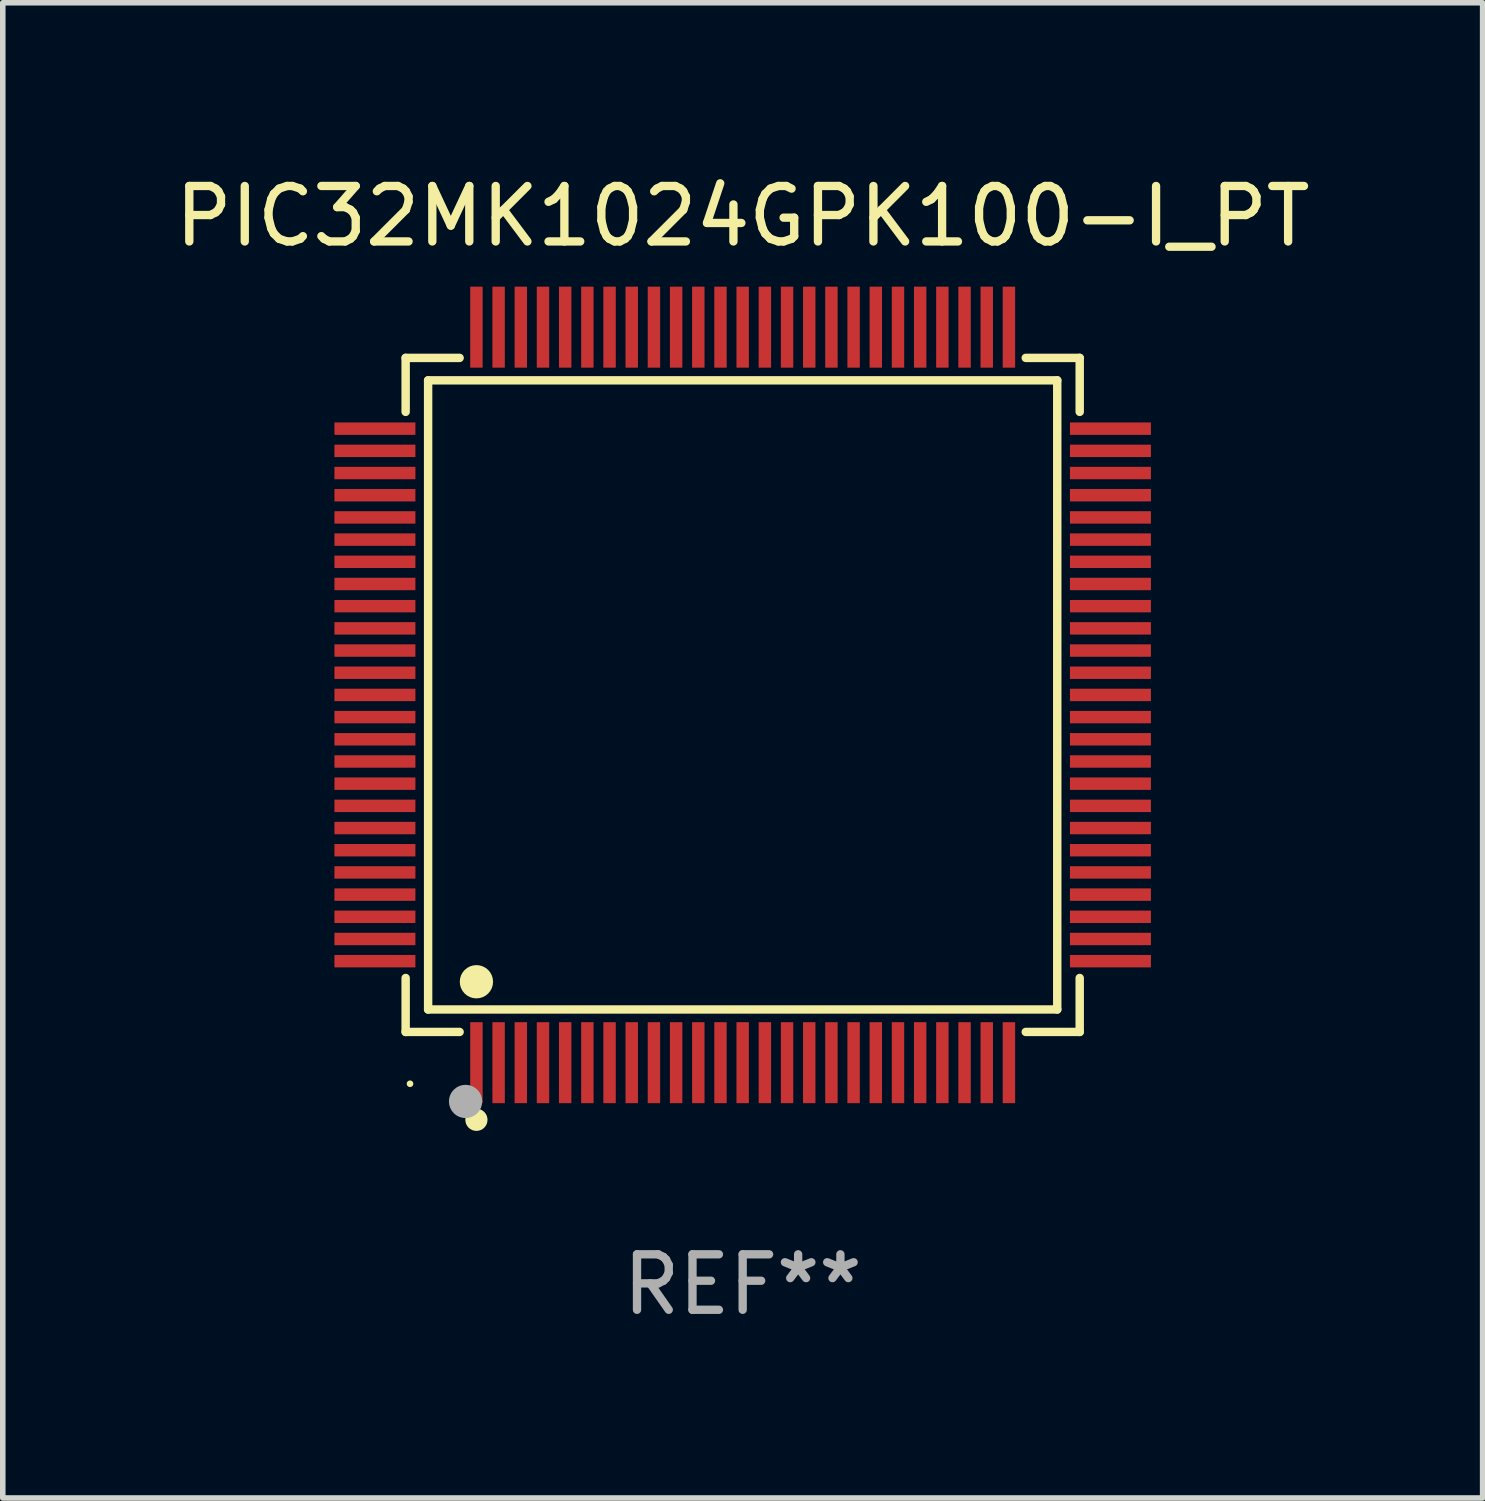
<source format=kicad_pcb>
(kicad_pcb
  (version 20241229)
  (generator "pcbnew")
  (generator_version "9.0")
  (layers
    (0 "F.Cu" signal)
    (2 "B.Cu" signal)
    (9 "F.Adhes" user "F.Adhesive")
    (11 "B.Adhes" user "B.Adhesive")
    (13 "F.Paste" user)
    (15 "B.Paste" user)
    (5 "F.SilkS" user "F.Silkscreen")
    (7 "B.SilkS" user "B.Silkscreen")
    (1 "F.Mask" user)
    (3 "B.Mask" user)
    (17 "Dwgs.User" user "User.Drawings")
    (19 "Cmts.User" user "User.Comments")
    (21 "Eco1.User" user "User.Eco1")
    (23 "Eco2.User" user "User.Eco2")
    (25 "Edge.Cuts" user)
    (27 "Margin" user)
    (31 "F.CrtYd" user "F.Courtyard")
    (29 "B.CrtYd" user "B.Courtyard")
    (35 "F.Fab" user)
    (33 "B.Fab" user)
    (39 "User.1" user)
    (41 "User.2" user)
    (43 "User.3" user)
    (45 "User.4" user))
  (footprint "PIC32MK1024GPK100-I_PT"
    (layer "F.Cu")
    (at 10.339 9.478)
    (property "Reference" "PIC32MK1024GPK100-I_PT" (at 0 -8.63 0) (layer "F.SilkS") (effects (font (size 1 1) (thickness 0.15))))
    (attr through_hole)
    (fp_line (start -6.076 -6.076) (end -5.103 -6.076) (stroke (width 0.152) (type solid)) (layer "F.SilkS"))
    (fp_line (start -6.076 -5.103) (end -6.076 -6.076) (stroke (width 0.152) (type solid)) (layer "F.SilkS"))
    (fp_line (start -6.076 5.103) (end -6.076 6.076) (stroke (width 0.152) (type solid)) (layer "F.SilkS"))
    (fp_line (start -6.076 6.076) (end -5.103 6.076) (stroke (width 0.152) (type solid)) (layer "F.SilkS"))
    (fp_line (start -5.671 -5.671) (end 5.671 -5.671) (stroke (width 0.152) (type solid)) (layer "F.SilkS"))
    (fp_line (start -5.671 5.671) (end -5.671 -5.671) (stroke (width 0.152) (type solid)) (layer "F.SilkS"))
    (fp_line (start 5.671 -5.671) (end 5.671 5.671) (stroke (width 0.152) (type solid)) (layer "F.SilkS"))
    (fp_line (start 5.671 5.671) (end -5.671 5.671) (stroke (width 0.152) (type solid)) (layer "F.SilkS"))
    (fp_line (start 6.076 -6.076) (end 5.103 -6.076) (stroke (width 0.152) (type solid)) (layer "F.SilkS"))
    (fp_line (start 6.076 -5.103) (end 6.076 -6.076) (stroke (width 0.152) (type solid)) (layer "F.SilkS"))
    (fp_line (start 6.076 5.103) (end 6.076 6.076) (stroke (width 0.152) (type solid)) (layer "F.SilkS"))
    (fp_line (start 6.076 6.076) (end 5.103 6.076) (stroke (width 0.152) (type solid)) (layer "F.SilkS"))
    (fp_circle (center -5.997 7.01) (end -5.967 7.01) (stroke (width 0.06) (type solid)) (fill no) (layer "F.SilkS"))
    (fp_circle (center -4.8 5.171) (end -4.65 5.171) (stroke (width 0.3) (type solid)) (fill no) (layer "F.SilkS"))
    (fp_circle (center -4.8 7.66) (end -4.7 7.66) (stroke (width 0.2) (type solid)) (fill no) (layer "F.SilkS"))
    (fp_circle (center -4.996 7.329) (end -4.846 7.329) (stroke (width 0.3) (type solid)) (fill no) (layer "F.Fab"))
    (fp_text user "REF**" (at 0 10.63 0) (layer "F.Fab") (effects (font (size 1 1) (thickness 0.15))))
    (pad "1" smd rect (at -4.8 6.63) (size 0.224 1.46) (layers "F.Cu" "F.Mask" "F.Paste"))
    (pad "2" smd rect (at -4.4 6.63) (size 0.224 1.46) (layers "F.Cu" "F.Mask" "F.Paste"))
    (pad "3" smd rect (at -4 6.63) (size 0.224 1.46) (layers "F.Cu" "F.Mask" "F.Paste"))
    (pad "4" smd rect (at -3.6 6.63) (size 0.224 1.46) (layers "F.Cu" "F.Mask" "F.Paste"))
    (pad "5" smd rect (at -3.2 6.63) (size 0.224 1.46) (layers "F.Cu" "F.Mask" "F.Paste"))
    (pad "6" smd rect (at -2.8 6.63) (size 0.224 1.46) (layers "F.Cu" "F.Mask" "F.Paste"))
    (pad "7" smd rect (at -2.4 6.63) (size 0.224 1.46) (layers "F.Cu" "F.Mask" "F.Paste"))
    (pad "8" smd rect (at -2 6.63) (size 0.224 1.46) (layers "F.Cu" "F.Mask" "F.Paste"))
    (pad "9" smd rect (at -1.6 6.63) (size 0.224 1.46) (layers "F.Cu" "F.Mask" "F.Paste"))
    (pad "10" smd rect (at -1.2 6.63) (size 0.224 1.46) (layers "F.Cu" "F.Mask" "F.Paste"))
    (pad "11" smd rect (at -0.8 6.63) (size 0.224 1.46) (layers "F.Cu" "F.Mask" "F.Paste"))
    (pad "12" smd rect (at -0.4 6.63) (size 0.224 1.46) (layers "F.Cu" "F.Mask" "F.Paste"))
    (pad "13" smd rect (at 0 6.63) (size 0.224 1.46) (layers "F.Cu" "F.Mask" "F.Paste"))
    (pad "14" smd rect (at 0.4 6.63) (size 0.224 1.46) (layers "F.Cu" "F.Mask" "F.Paste"))
    (pad "15" smd rect (at 0.8 6.63) (size 0.224 1.46) (layers "F.Cu" "F.Mask" "F.Paste"))
    (pad "16" smd rect (at 1.2 6.63) (size 0.224 1.46) (layers "F.Cu" "F.Mask" "F.Paste"))
    (pad "17" smd rect (at 1.6 6.63) (size 0.224 1.46) (layers "F.Cu" "F.Mask" "F.Paste"))
    (pad "18" smd rect (at 2 6.63) (size 0.224 1.46) (layers "F.Cu" "F.Mask" "F.Paste"))
    (pad "19" smd rect (at 2.4 6.63) (size 0.224 1.46) (layers "F.Cu" "F.Mask" "F.Paste"))
    (pad "20" smd rect (at 2.8 6.63) (size 0.224 1.46) (layers "F.Cu" "F.Mask" "F.Paste"))
    (pad "21" smd rect (at 3.2 6.63) (size 0.224 1.46) (layers "F.Cu" "F.Mask" "F.Paste"))
    (pad "22" smd rect (at 3.6 6.63) (size 0.224 1.46) (layers "F.Cu" "F.Mask" "F.Paste"))
    (pad "23" smd rect (at 4 6.63) (size 0.224 1.46) (layers "F.Cu" "F.Mask" "F.Paste"))
    (pad "24" smd rect (at 4.4 6.63) (size 0.224 1.46) (layers "F.Cu" "F.Mask" "F.Paste"))
    (pad "25" smd rect (at 4.8 6.63) (size 0.224 1.46) (layers "F.Cu" "F.Mask" "F.Paste"))
    (pad "26" smd rect (at 6.63 4.8) (size 1.46 0.224) (layers "F.Cu" "F.Mask" "F.Paste"))
    (pad "27" smd rect (at 6.63 4.4) (size 1.46 0.224) (layers "F.Cu" "F.Mask" "F.Paste"))
    (pad "28" smd rect (at 6.63 4) (size 1.46 0.224) (layers "F.Cu" "F.Mask" "F.Paste"))
    (pad "29" smd rect (at 6.63 3.6) (size 1.46 0.224) (layers "F.Cu" "F.Mask" "F.Paste"))
    (pad "30" smd rect (at 6.63 3.2) (size 1.46 0.224) (layers "F.Cu" "F.Mask" "F.Paste"))
    (pad "31" smd rect (at 6.63 2.8) (size 1.46 0.224) (layers "F.Cu" "F.Mask" "F.Paste"))
    (pad "32" smd rect (at 6.63 2.4) (size 1.46 0.224) (layers "F.Cu" "F.Mask" "F.Paste"))
    (pad "33" smd rect (at 6.63 2) (size 1.46 0.224) (layers "F.Cu" "F.Mask" "F.Paste"))
    (pad "34" smd rect (at 6.63 1.6) (size 1.46 0.224) (layers "F.Cu" "F.Mask" "F.Paste"))
    (pad "35" smd rect (at 6.63 1.2) (size 1.46 0.224) (layers "F.Cu" "F.Mask" "F.Paste"))
    (pad "36" smd rect (at 6.63 0.8) (size 1.46 0.224) (layers "F.Cu" "F.Mask" "F.Paste"))
    (pad "37" smd rect (at 6.63 0.4) (size 1.46 0.224) (layers "F.Cu" "F.Mask" "F.Paste"))
    (pad "38" smd rect (at 6.63 0) (size 1.46 0.224) (layers "F.Cu" "F.Mask" "F.Paste"))
    (pad "39" smd rect (at 6.63 -0.4) (size 1.46 0.224) (layers "F.Cu" "F.Mask" "F.Paste"))
    (pad "40" smd rect (at 6.63 -0.8) (size 1.46 0.224) (layers "F.Cu" "F.Mask" "F.Paste"))
    (pad "41" smd rect (at 6.63 -1.2) (size 1.46 0.224) (layers "F.Cu" "F.Mask" "F.Paste"))
    (pad "42" smd rect (at 6.63 -1.6) (size 1.46 0.224) (layers "F.Cu" "F.Mask" "F.Paste"))
    (pad "43" smd rect (at 6.63 -2) (size 1.46 0.224) (layers "F.Cu" "F.Mask" "F.Paste"))
    (pad "44" smd rect (at 6.63 -2.4) (size 1.46 0.224) (layers "F.Cu" "F.Mask" "F.Paste"))
    (pad "45" smd rect (at 6.63 -2.8) (size 1.46 0.224) (layers "F.Cu" "F.Mask" "F.Paste"))
    (pad "46" smd rect (at 6.63 -3.2) (size 1.46 0.224) (layers "F.Cu" "F.Mask" "F.Paste"))
    (pad "47" smd rect (at 6.63 -3.6) (size 1.46 0.224) (layers "F.Cu" "F.Mask" "F.Paste"))
    (pad "48" smd rect (at 6.63 -4) (size 1.46 0.224) (layers "F.Cu" "F.Mask" "F.Paste"))
    (pad "49" smd rect (at 6.63 -4.4) (size 1.46 0.224) (layers "F.Cu" "F.Mask" "F.Paste"))
    (pad "50" smd rect (at 6.63 -4.8) (size 1.46 0.224) (layers "F.Cu" "F.Mask" "F.Paste"))
    (pad "51" smd rect (at 4.8 -6.63) (size 0.224 1.46) (layers "F.Cu" "F.Mask" "F.Paste"))
    (pad "52" smd rect (at 4.4 -6.63) (size 0.224 1.46) (layers "F.Cu" "F.Mask" "F.Paste"))
    (pad "53" smd rect (at 4 -6.63) (size 0.224 1.46) (layers "F.Cu" "F.Mask" "F.Paste"))
    (pad "54" smd rect (at 3.6 -6.63) (size 0.224 1.46) (layers "F.Cu" "F.Mask" "F.Paste"))
    (pad "55" smd rect (at 3.2 -6.63) (size 0.224 1.46) (layers "F.Cu" "F.Mask" "F.Paste"))
    (pad "56" smd rect (at 2.8 -6.63) (size 0.224 1.46) (layers "F.Cu" "F.Mask" "F.Paste"))
    (pad "57" smd rect (at 2.4 -6.63) (size 0.224 1.46) (layers "F.Cu" "F.Mask" "F.Paste"))
    (pad "58" smd rect (at 2 -6.63) (size 0.224 1.46) (layers "F.Cu" "F.Mask" "F.Paste"))
    (pad "59" smd rect (at 1.6 -6.63) (size 0.224 1.46) (layers "F.Cu" "F.Mask" "F.Paste"))
    (pad "60" smd rect (at 1.2 -6.63) (size 0.224 1.46) (layers "F.Cu" "F.Mask" "F.Paste"))
    (pad "61" smd rect (at 0.8 -6.63) (size 0.224 1.46) (layers "F.Cu" "F.Mask" "F.Paste"))
    (pad "62" smd rect (at 0.4 -6.63) (size 0.224 1.46) (layers "F.Cu" "F.Mask" "F.Paste"))
    (pad "63" smd rect (at 0 -6.63) (size 0.224 1.46) (layers "F.Cu" "F.Mask" "F.Paste"))
    (pad "64" smd rect (at -0.4 -6.63) (size 0.224 1.46) (layers "F.Cu" "F.Mask" "F.Paste"))
    (pad "65" smd rect (at -0.8 -6.63) (size 0.224 1.46) (layers "F.Cu" "F.Mask" "F.Paste"))
    (pad "66" smd rect (at -1.2 -6.63) (size 0.224 1.46) (layers "F.Cu" "F.Mask" "F.Paste"))
    (pad "67" smd rect (at -1.6 -6.63) (size 0.224 1.46) (layers "F.Cu" "F.Mask" "F.Paste"))
    (pad "68" smd rect (at -2 -6.63) (size 0.224 1.46) (layers "F.Cu" "F.Mask" "F.Paste"))
    (pad "69" smd rect (at -2.4 -6.63) (size 0.224 1.46) (layers "F.Cu" "F.Mask" "F.Paste"))
    (pad "70" smd rect (at -2.8 -6.63) (size 0.224 1.46) (layers "F.Cu" "F.Mask" "F.Paste"))
    (pad "71" smd rect (at -3.2 -6.63) (size 0.224 1.46) (layers "F.Cu" "F.Mask" "F.Paste"))
    (pad "72" smd rect (at -3.6 -6.63) (size 0.224 1.46) (layers "F.Cu" "F.Mask" "F.Paste"))
    (pad "73" smd rect (at -4 -6.63) (size 0.224 1.46) (layers "F.Cu" "F.Mask" "F.Paste"))
    (pad "74" smd rect (at -4.4 -6.63) (size 0.224 1.46) (layers "F.Cu" "F.Mask" "F.Paste"))
    (pad "75" smd rect (at -4.8 -6.63) (size 0.224 1.46) (layers "F.Cu" "F.Mask" "F.Paste"))
    (pad "76" smd rect (at -6.63 -4.8) (size 1.46 0.224) (layers "F.Cu" "F.Mask" "F.Paste"))
    (pad "77" smd rect (at -6.63 -4.4) (size 1.46 0.224) (layers "F.Cu" "F.Mask" "F.Paste"))
    (pad "78" smd rect (at -6.63 -4) (size 1.46 0.224) (layers "F.Cu" "F.Mask" "F.Paste"))
    (pad "79" smd rect (at -6.63 -3.6) (size 1.46 0.224) (layers "F.Cu" "F.Mask" "F.Paste"))
    (pad "80" smd rect (at -6.63 -3.2) (size 1.46 0.224) (layers "F.Cu" "F.Mask" "F.Paste"))
    (pad "81" smd rect (at -6.63 -2.8) (size 1.46 0.224) (layers "F.Cu" "F.Mask" "F.Paste"))
    (pad "82" smd rect (at -6.63 -2.4) (size 1.46 0.224) (layers "F.Cu" "F.Mask" "F.Paste"))
    (pad "83" smd rect (at -6.63 -2) (size 1.46 0.224) (layers "F.Cu" "F.Mask" "F.Paste"))
    (pad "84" smd rect (at -6.63 -1.6) (size 1.46 0.224) (layers "F.Cu" "F.Mask" "F.Paste"))
    (pad "85" smd rect (at -6.63 -1.2) (size 1.46 0.224) (layers "F.Cu" "F.Mask" "F.Paste"))
    (pad "86" smd rect (at -6.63 -0.8) (size 1.46 0.224) (layers "F.Cu" "F.Mask" "F.Paste"))
    (pad "87" smd rect (at -6.63 -0.4) (size 1.46 0.224) (layers "F.Cu" "F.Mask" "F.Paste"))
    (pad "88" smd rect (at -6.63 0) (size 1.46 0.224) (layers "F.Cu" "F.Mask" "F.Paste"))
    (pad "89" smd rect (at -6.63 0.4) (size 1.46 0.224) (layers "F.Cu" "F.Mask" "F.Paste"))
    (pad "90" smd rect (at -6.63 0.8) (size 1.46 0.224) (layers "F.Cu" "F.Mask" "F.Paste"))
    (pad "91" smd rect (at -6.63 1.2) (size 1.46 0.224) (layers "F.Cu" "F.Mask" "F.Paste"))
    (pad "92" smd rect (at -6.63 1.6) (size 1.46 0.224) (layers "F.Cu" "F.Mask" "F.Paste"))
    (pad "93" smd rect (at -6.63 2) (size 1.46 0.224) (layers "F.Cu" "F.Mask" "F.Paste"))
    (pad "94" smd rect (at -6.63 2.4) (size 1.46 0.224) (layers "F.Cu" "F.Mask" "F.Paste"))
    (pad "95" smd rect (at -6.63 2.8) (size 1.46 0.224) (layers "F.Cu" "F.Mask" "F.Paste"))
    (pad "96" smd rect (at -6.63 3.2) (size 1.46 0.224) (layers "F.Cu" "F.Mask" "F.Paste"))
    (pad "97" smd rect (at -6.63 3.6) (size 1.46 0.224) (layers "F.Cu" "F.Mask" "F.Paste"))
    (pad "98" smd rect (at -6.63 4) (size 1.46 0.224) (layers "F.Cu" "F.Mask" "F.Paste"))
    (pad "99" smd rect (at -6.63 4.4) (size 1.46 0.224) (layers "F.Cu" "F.Mask" "F.Paste"))
    (pad "100" smd rect (at -6.63 4.8) (size 1.46 0.224) (layers "F.Cu" "F.Mask" "F.Paste")))
  (gr_rect
    (start -3 -3)
    (end 23.679 23.956)
    (stroke (width 0.1) (type default))
    (fill no)
    (layer "Edge.Cuts")))
</source>
